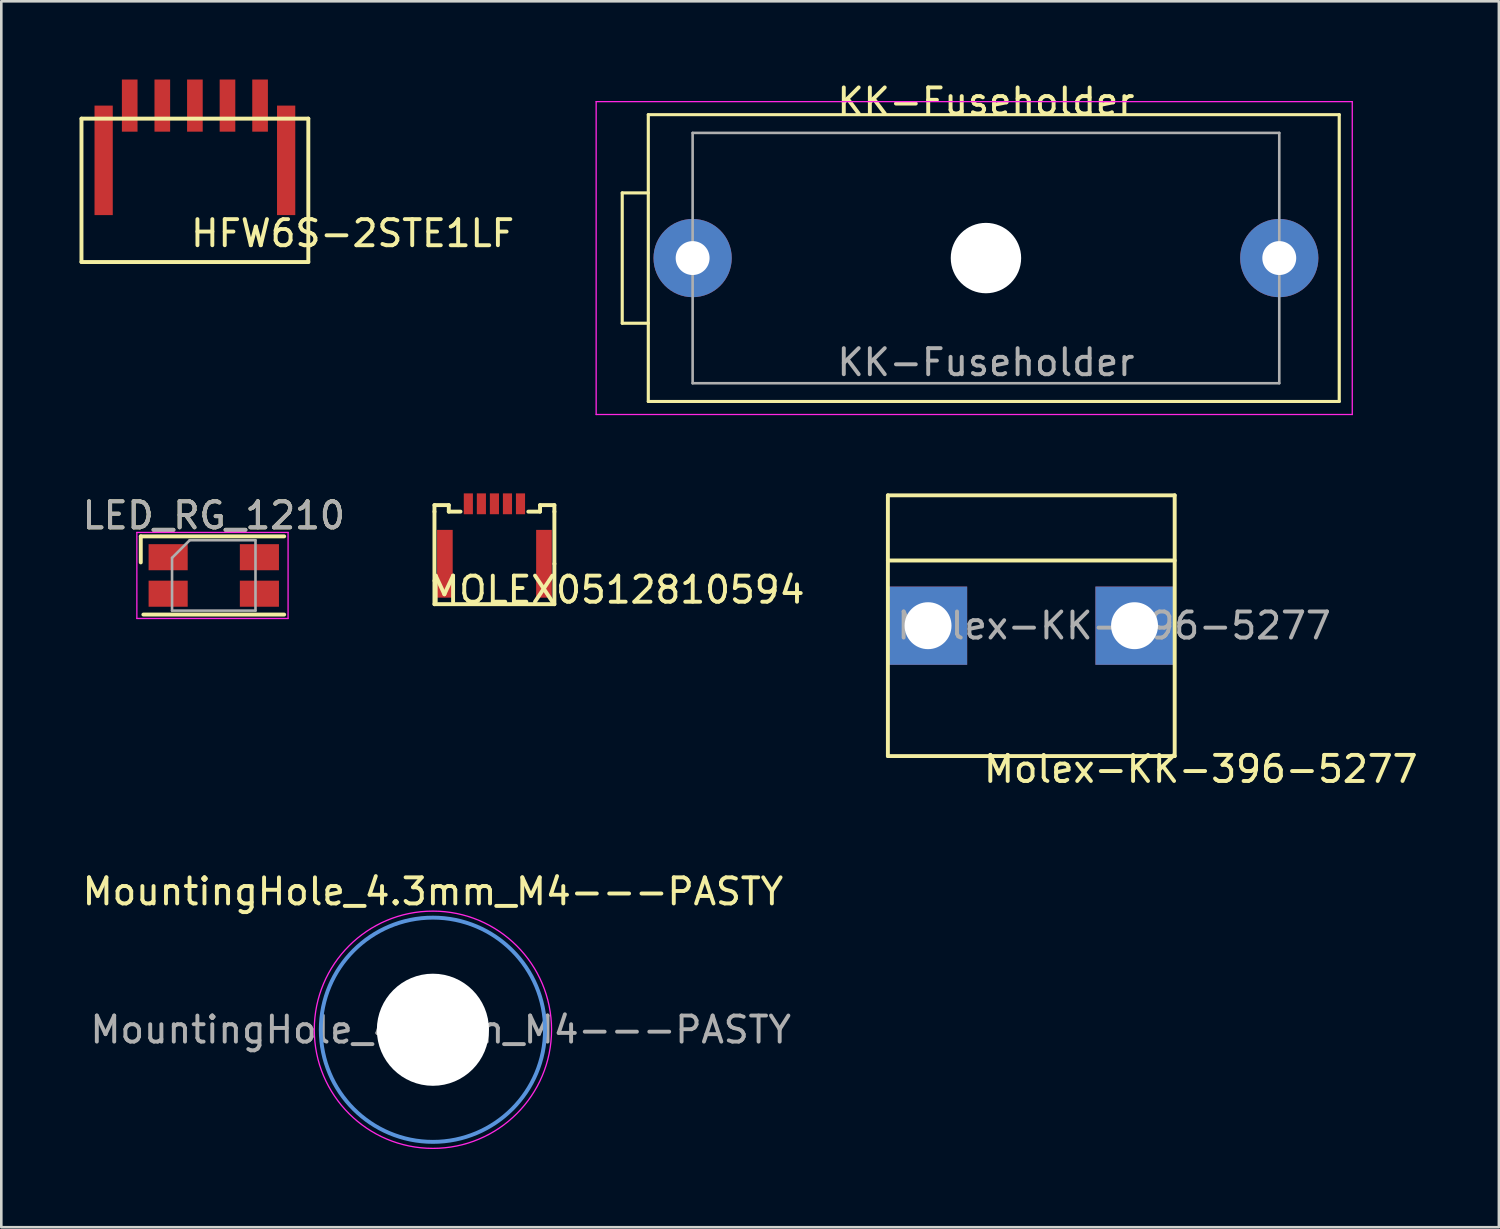
<source format=kicad_pcb>
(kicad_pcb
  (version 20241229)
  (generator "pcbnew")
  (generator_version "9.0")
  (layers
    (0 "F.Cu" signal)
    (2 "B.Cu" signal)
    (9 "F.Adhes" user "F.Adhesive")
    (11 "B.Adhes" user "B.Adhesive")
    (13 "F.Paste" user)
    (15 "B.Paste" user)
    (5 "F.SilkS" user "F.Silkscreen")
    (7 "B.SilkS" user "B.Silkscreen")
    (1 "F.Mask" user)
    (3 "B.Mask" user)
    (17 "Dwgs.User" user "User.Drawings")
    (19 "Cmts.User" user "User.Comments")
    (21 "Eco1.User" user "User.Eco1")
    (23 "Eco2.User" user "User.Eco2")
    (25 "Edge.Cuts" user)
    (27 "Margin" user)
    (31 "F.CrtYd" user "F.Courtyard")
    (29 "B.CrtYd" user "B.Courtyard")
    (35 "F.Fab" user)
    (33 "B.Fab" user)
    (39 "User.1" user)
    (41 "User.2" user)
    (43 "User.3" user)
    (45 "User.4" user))
  (footprint "Molex-KK-396-5277"
    (layer "F.Cu")
    (at 36.504 20.948)
    (property "Reference" "Molex-KK-396-5277" (at 6.5 5.5 0) (layer "F.SilkS") (effects (font (size 1 1) (thickness 0.15))))
    (attr exclude_from_pos_files exclude_from_bom)
    (fp_line (start -5.5 -5) (end -5.5 5) (stroke (width 0.15) (type solid)) (layer "F.SilkS"))
    (fp_line (start -5.5 5) (end 5.5 5) (stroke (width 0.15) (type solid)) (layer "F.SilkS"))
    (fp_line (start 5.5 -5) (end -5.5 -5) (stroke (width 0.15) (type solid)) (layer "F.SilkS"))
    (fp_line (start 5.5 -2.5) (end -5.5 -2.5) (stroke (width 0.15) (type solid)) (layer "F.SilkS"))
    (fp_line (start 5.5 5) (end 5.5 -5) (stroke (width 0.15) (type solid)) (layer "F.SilkS"))
    (fp_text user "${REFERENCE}" (at 3.175 0 0) (layer "F.Fab") (effects (font (size 1 1) (thickness 0.15))))
    (pad "1" thru_hole rect (at -3.96 0) (size 3 3) (drill 1.8) (layers "*.Cu" "*.Mask"))
    (pad "2" thru_hole rect (at 3.96 0) (size 3 3) (drill 1.8) (layers "*.Cu" "*.Mask")))
  (footprint "LED_RG_1210"
    (layer "F.Cu")
    (at 5.149 19.021)
    (property "Reference" "LED_RG_1210" (at 0 -2.3 0) (layer "F.SilkS") (effects (font (size 1 1) (thickness 0.15))))
    (attr smd)
    (fp_line (start -2.8 -0.5) (end -2.8 -1.5) (stroke (width 0.15) (type solid)) (layer "F.SilkS"))
    (fp_line (start 2.7 -1.5) (end -2.8 -1.5) (stroke (width 0.15) (type solid)) (layer "F.SilkS"))
    (fp_line (start 2.7 1.5) (end -2.7 1.5) (stroke (width 0.15) (type solid)) (layer "F.SilkS"))
    (fp_line (start -2.95 -1.65) (end -2.95 1.65) (stroke (width 0.05) (type solid)) (layer "F.CrtYd"))
    (fp_line (start -2.95 1.65) (end 2.85 1.65) (stroke (width 0.05) (type solid)) (layer "F.CrtYd"))
    (fp_line (start 2.85 -1.65) (end -2.95 -1.65) (stroke (width 0.05) (type solid)) (layer "F.CrtYd"))
    (fp_line (start 2.85 1.65) (end 2.85 -1.65) (stroke (width 0.05) (type solid)) (layer "F.CrtYd"))
    (fp_line (start -1.6 -0.675) (end -0.925 -1.35) (stroke (width 0.1) (type solid)) (layer "F.Fab"))
    (fp_line (start -1.6 1.35) (end -1.6 -0.675) (stroke (width 0.1) (type solid)) (layer "F.Fab"))
    (fp_line (start -0.925 -1.35) (end 1.6 -1.35) (stroke (width 0.1) (type solid)) (layer "F.Fab"))
    (fp_line (start 1.6 -1.35) (end 1.6 1.35) (stroke (width 0.1) (type solid)) (layer "F.Fab"))
    (fp_line (start 1.6 1.35) (end -1.6 1.35) (stroke (width 0.1) (type solid)) (layer "F.Fab"))
    (fp_text user "${REFERENCE}" (at 0 -2.3 0) (layer "F.Fab") (effects (font (size 1 1) (thickness 0.15))))
    (pad "1" smd rect (at -1.75 -0.7 180) (size 1.5 1) (layers "F.Cu" "F.Mask" "F.Paste"))
    (pad "2" smd rect (at 1.75 -0.7 180) (size 1.5 1) (layers "F.Cu" "F.Mask" "F.Paste"))
    (pad "3" smd rect (at -1.75 0.7 180) (size 1.5 1) (layers "F.Cu" "F.Mask" "F.Paste"))
    (pad "4" smd rect (at 1.75 0.7 180) (size 1.5 1) (layers "F.Cu" "F.Mask" "F.Paste")))
  (footprint "MOLEX0512810594"
    (layer "F.Cu")
    (at 15.913 16.273)
    (property "Reference" "MOLEX0512810594" (at 4.7 3.3 0) (layer "F.SilkS") (effects (font (size 1 1) (thickness 0.15))))
    (attr through_hole)
    (fp_line (start -2.3 0.05) (end -2.3 0.3) (stroke (width 0.15) (type solid)) (layer "F.SilkS"))
    (fp_line (start -2.3 0.3) (end -2.3 2.95) (stroke (width 0.15) (type solid)) (layer "F.SilkS"))
    (fp_line (start -2.3 3.85) (end -2.3 2.95) (stroke (width 0.15) (type solid)) (layer "F.SilkS"))
    (fp_line (start -1.75 0.05) (end -2.3 0.05) (stroke (width 0.15) (type solid)) (layer "F.SilkS"))
    (fp_line (start -1.75 0.3) (end -1.75 0.05) (stroke (width 0.15) (type solid)) (layer "F.SilkS"))
    (fp_line (start -1.75 0.3) (end -1.3 0.3) (stroke (width 0.15) (type solid)) (layer "F.SilkS"))
    (fp_line (start 1.75 0.05) (end 1.75 0.3) (stroke (width 0.15) (type solid)) (layer "F.SilkS"))
    (fp_line (start 1.75 0.3) (end 1.3 0.3) (stroke (width 0.15) (type solid)) (layer "F.SilkS"))
    (fp_line (start 2.3 0.05) (end 1.75 0.05) (stroke (width 0.15) (type solid)) (layer "F.SilkS"))
    (fp_line (start 2.3 0.3) (end 2.3 0.05) (stroke (width 0.15) (type solid)) (layer "F.SilkS"))
    (fp_line (start 2.3 2.3) (end 2.3 0.3) (stroke (width 0.15) (type solid)) (layer "F.SilkS"))
    (fp_line (start 2.3 2.3) (end 2.3 3.85) (stroke (width 0.15) (type solid)) (layer "F.SilkS"))
    (fp_line (start 2.3 3.85) (end -2.3 3.85) (stroke (width 0.15) (type solid)) (layer "F.SilkS"))
    (pad "" smd rect (at -1.9 2.3) (size 0.6 2.6) (layers "F.Cu" "F.Mask" "F.Paste"))
    (pad "" smd rect (at 1.9 2.3) (size 0.6 2.6) (layers "F.Cu" "F.Mask" "F.Paste"))
    (pad "1" smd rect (at -1 0) (size 0.35 0.8) (layers "F.Cu" "F.Mask" "F.Paste"))
    (pad "2" smd rect (at -0.5 0) (size 0.35 0.8) (layers "F.Cu" "F.Mask" "F.Paste"))
    (pad "3" smd rect (at 0 0) (size 0.35 0.8) (layers "F.Cu" "F.Mask" "F.Paste"))
    (pad "4" smd rect (at 0.5 0) (size 0.35 0.8) (layers "F.Cu" "F.Mask" "F.Paste"))
    (pad "5" smd rect (at 1 0) (size 0.35 0.8) (layers "F.Cu" "F.Mask" "F.Paste")))
  (footprint "KK-Fuseholder"
    (layer "F.Cu")
    (at 34.815 6.848)
    (property "Reference" "KK-Fuseholder" (at -0.05 -6 0) (layer "F.SilkS") (effects (font (size 1 1) (thickness 0.15))))
    (attr through_hole)
    (fp_line (start -14 -2.5) (end -13 -2.5) (stroke (width 0.12) (type solid)) (layer "F.SilkS"))
    (fp_line (start -14 2.5) (end -14 -2.5) (stroke (width 0.12) (type solid)) (layer "F.SilkS"))
    (fp_line (start -14 2.5) (end -13 2.5) (stroke (width 0.12) (type solid)) (layer "F.SilkS"))
    (fp_line (start -13 -5.5) (end 13.5 -5.5) (stroke (width 0.12) (type solid)) (layer "F.SilkS"))
    (fp_line (start -13 5.5) (end -13 -5.5) (stroke (width 0.12) (type solid)) (layer "F.SilkS"))
    (fp_line (start -13 5.5) (end 13.5 5.5) (stroke (width 0.12) (type solid)) (layer "F.SilkS"))
    (fp_line (start 13.5 5.5) (end 13.5 -5.5) (stroke (width 0.12) (type solid)) (layer "F.SilkS"))
    (fp_line (start -15 -6) (end 14 -6) (stroke (width 0.05) (type solid)) (layer "F.CrtYd"))
    (fp_line (start -15 6) (end -15 -6) (stroke (width 0.05) (type solid)) (layer "F.CrtYd"))
    (fp_line (start 14 -6) (end 14 6) (stroke (width 0.05) (type solid)) (layer "F.CrtYd"))
    (fp_line (start 14 6) (end -15 6) (stroke (width 0.05) (type solid)) (layer "F.CrtYd"))
    (fp_line (start -11.3 -4.8) (end -11.3 4.8) (stroke (width 0.1) (type solid)) (layer "F.Fab"))
    (fp_line (start -11.3 4.8) (end 11.2 4.8) (stroke (width 0.1) (type solid)) (layer "F.Fab"))
    (fp_line (start 11.2 -4.8) (end -11.3 -4.8) (stroke (width 0.1) (type solid)) (layer "F.Fab"))
    (fp_line (start 11.2 4.8) (end 11.2 -4.8) (stroke (width 0.1) (type solid)) (layer "F.Fab"))
    (fp_text user "${REFERENCE}" (at -0.05 4 0) (layer "F.Fab") (effects (font (size 1 1) (thickness 0.15))))
    (pad "" np_thru_hole circle (at -0.05 0) (size 2.7 2.7) (drill 2.7) (layers "*.Cu" "*.Mask"))
    (pad "1" thru_hole circle (at -11.3 0) (size 3 3) (drill 1.3) (layers "*.Cu" "*.Mask"))
    (pad "2" thru_hole circle (at 11.2 0) (size 3 3) (drill 1.3) (layers "*.Cu" "*.Mask")))
  (footprint "MountingHole_4.3mm_M4---PASTY"
    (layer "F.Cu")
    (at 13.554 36.445)
    (property "Reference" "MountingHole_4.3mm_M4---PASTY" (at 0 -5.3 0) (layer "F.SilkS") (effects (font (size 1 1) (thickness 0.15))))
    (attr exclude_from_pos_files exclude_from_bom)
    (fp_circle (center 0 0) (end 4.3 0) (stroke (width 0.15) (type solid)) (fill no) (layer "Cmts.User"))
    (fp_circle (center 0 0) (end 4.55 0) (stroke (width 0.05) (type solid)) (fill no) (layer "F.CrtYd"))
    (fp_text user "${REFERENCE}" (at 0.3 0 0) (layer "F.Fab") (effects (font (size 1 1) (thickness 0.15))))
    (pad "" np_thru_hole circle (at 0 0) (size 4.3 4.3) (drill 4.3) (layers "*.Cu" "*.Mask" "F.Paste")))
  (footprint "HFW6S-2STE1LF"
    (layer "F.Cu")
    (at 4.425 1)
    (property "Reference" "HFW6S-2STE1LF" (at 6.05 4.9 0) (layer "F.SilkS") (effects (font (size 1 1) (thickness 0.15))))
    (attr through_hole)
    (fp_line (start -4.35 0.5) (end 4.35 0.5) (stroke (width 0.15) (type solid)) (layer "F.SilkS"))
    (fp_line (start -4.35 6) (end -4.35 0.5) (stroke (width 0.15) (type solid)) (layer "F.SilkS"))
    (fp_line (start 4.35 0.5) (end 4.35 6) (stroke (width 0.15) (type solid)) (layer "F.SilkS"))
    (fp_line (start 4.35 6) (end -4.35 6) (stroke (width 0.15) (type solid)) (layer "F.SilkS"))
    (pad "1" smd rect (at -2.5 0) (size 0.6 2) (layers "F.Cu" "F.Mask" "F.Paste"))
    (pad "2" smd rect (at -1.25 0) (size 0.6 2) (layers "F.Cu" "F.Mask" "F.Paste"))
    (pad "3" smd rect (at 0 0) (size 0.6 2) (layers "F.Cu" "F.Mask" "F.Paste"))
    (pad "4" smd rect (at 1.25 0) (size 0.6 2) (layers "F.Cu" "F.Mask" "F.Paste"))
    (pad "5" connect rect (at -3.5 2.1) (size 0.7 4.2) (layers "F.Cu" "F.Mask"))
    (pad "5" smd rect (at 2.5 0) (size 0.6 2) (layers "F.Cu" "F.Mask" "F.Paste"))
    (pad "5" connect rect (at 3.5 2.1) (size 0.7 4.2) (layers "F.Cu" "F.Mask")))
  (gr_rect
    (start -3 -3)
    (end 54.438 44.02)
    (stroke (width 0.1) (type default))
    (fill no)
    (layer "Edge.Cuts")))
</source>
